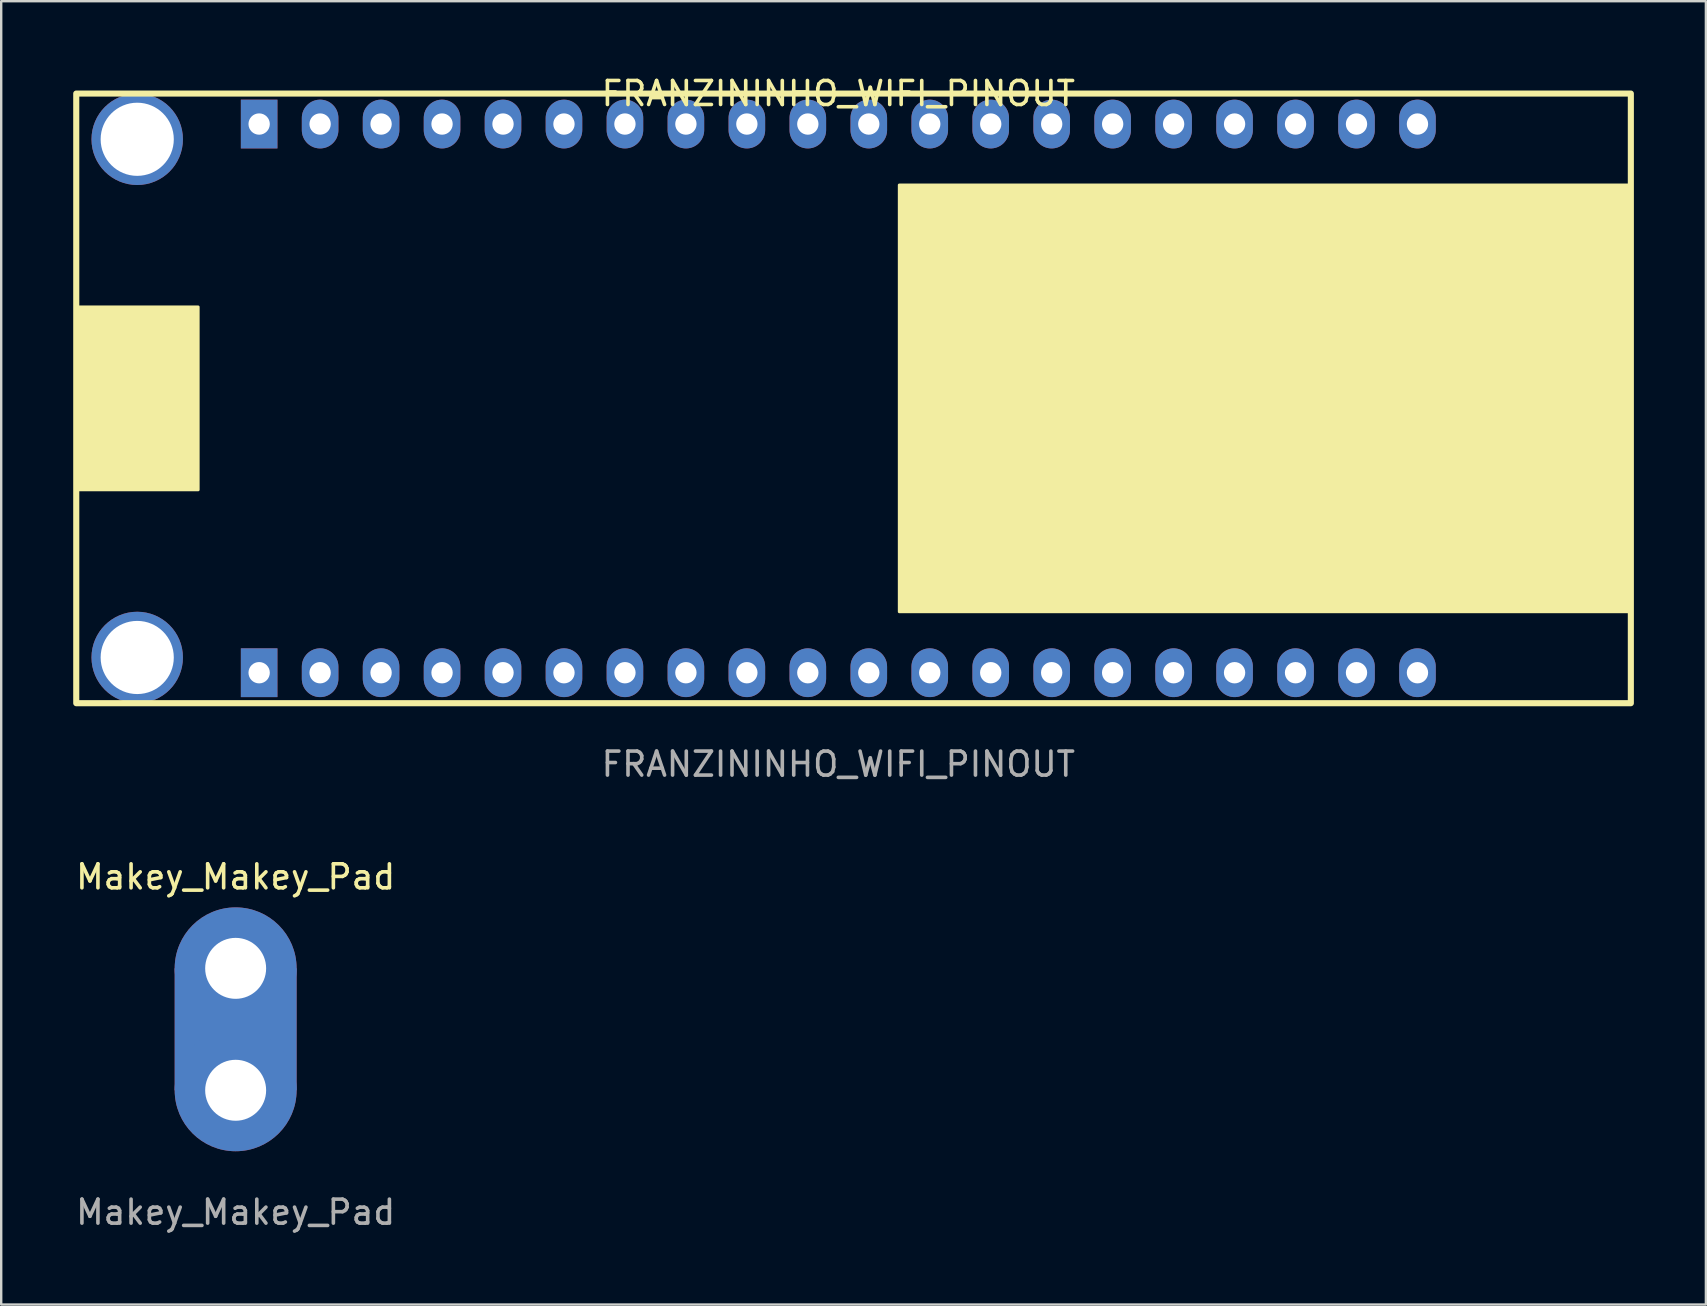
<source format=kicad_pcb>
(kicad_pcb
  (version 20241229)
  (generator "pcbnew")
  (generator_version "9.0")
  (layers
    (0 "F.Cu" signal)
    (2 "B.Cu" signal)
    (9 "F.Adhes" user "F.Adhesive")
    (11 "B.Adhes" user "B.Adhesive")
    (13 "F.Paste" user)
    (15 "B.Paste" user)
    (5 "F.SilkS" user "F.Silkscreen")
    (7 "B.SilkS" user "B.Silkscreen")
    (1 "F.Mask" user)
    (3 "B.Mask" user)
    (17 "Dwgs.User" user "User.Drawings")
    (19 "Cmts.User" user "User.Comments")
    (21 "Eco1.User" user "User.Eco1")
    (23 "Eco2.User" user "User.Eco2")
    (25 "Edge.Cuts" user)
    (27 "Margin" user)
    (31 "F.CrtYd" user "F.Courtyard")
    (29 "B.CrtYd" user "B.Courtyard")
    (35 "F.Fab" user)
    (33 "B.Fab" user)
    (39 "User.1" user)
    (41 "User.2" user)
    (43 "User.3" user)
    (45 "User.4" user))
  (footprint "FRANZININHO_WIFI_PINOUT"
    (layer "F.Cu")
    (at 31.877 13.548)
    (property "Reference" "FRANZININHO_WIFI_PINOUT" (at 0 -12.7 0) (unlocked yes) (layer "F.SilkS") (effects (font (size 1 1) (thickness 0.15))))
    (attr through_hole)
    (fp_rect (start -31.75 -12.7) (end 33.02 12.7) (stroke (width 0.254) (type solid)) (fill no) (layer "F.SilkS"))
    (fp_rect (start -31.75 -3.81) (end -26.67 3.81) (stroke (width 0.12) (type solid)) (fill yes) (layer "F.SilkS"))
    (fp_rect (start 2.54 -8.89) (end 33.02 8.89) (stroke (width 0.12) (type solid)) (fill yes) (layer "F.SilkS"))
    (fp_text user "${REFERENCE}" (at 0 15.24 0) (unlocked yes) (layer "F.Fab") (effects (font (size 1 1) (thickness 0.15))))
    (pad "" np_thru_hole circle (at -29.21 -10.795) (size 3.81 3.81) (drill 3.048) (layers "*.Cu" "*.Mask"))
    (pad "" np_thru_hole circle (at -29.21 10.795) (size 3.81 3.81) (drill 3.048) (layers "*.Cu" "*.Mask"))
    (pad "1" thru_hole oval (at 24.13 -11.43) (size 1.524 2.032) (drill 0.889) (layers "*.Cu" "*.Mask"))
    (pad "2" thru_hole oval (at 21.59 -11.43) (size 1.524 2.032) (drill 0.889) (layers "*.Cu" "*.Mask"))
    (pad "3" thru_hole oval (at 19.05 -11.43) (size 1.524 2.032) (drill 0.889) (layers "*.Cu" "*.Mask"))
    (pad "4" thru_hole oval (at 16.51 -11.43) (size 1.524 2.032) (drill 0.889) (layers "*.Cu" "*.Mask"))
    (pad "5" thru_hole oval (at 13.97 -11.43) (size 1.524 2.032) (drill 0.889) (layers "*.Cu" "*.Mask"))
    (pad "6" thru_hole oval (at 11.43 -11.43) (size 1.524 2.032) (drill 0.889) (layers "*.Cu" "*.Mask"))
    (pad "7" thru_hole oval (at 8.89 -11.43) (size 1.524 2.032) (drill 0.889) (layers "*.Cu" "*.Mask"))
    (pad "8" thru_hole oval (at 6.35 -11.43) (size 1.524 2.032) (drill 0.889) (layers "*.Cu" "*.Mask"))
    (pad "9" thru_hole oval (at 3.81 -11.43) (size 1.524 2.032) (drill 0.889) (layers "*.Cu" "*.Mask"))
    (pad "10" thru_hole oval (at 1.27 -11.43) (size 1.524 2.032) (drill 0.889) (layers "*.Cu" "*.Mask"))
    (pad "11" thru_hole oval (at -1.27 -11.43) (size 1.524 2.032) (drill 0.889) (layers "*.Cu" "*.Mask"))
    (pad "12" thru_hole oval (at -3.81 -11.43) (size 1.524 2.032) (drill 0.889) (layers "*.Cu" "*.Mask"))
    (pad "13" thru_hole oval (at -6.35 -11.43) (size 1.524 2.032) (drill 0.889) (layers "*.Cu" "*.Mask"))
    (pad "14" thru_hole oval (at -8.89 -11.43) (size 1.524 2.032) (drill 0.889) (layers "*.Cu" "*.Mask"))
    (pad "15" thru_hole oval (at -11.43 -11.43) (size 1.524 2.032) (drill 0.889) (layers "*.Cu" "*.Mask"))
    (pad "16" thru_hole oval (at -13.97 -11.43) (size 1.524 2.032) (drill 0.889) (layers "*.Cu" "*.Mask"))
    (pad "17" thru_hole oval (at -16.51 -11.43) (size 1.524 2.032) (drill 0.889) (layers "*.Cu" "*.Mask"))
    (pad "18" thru_hole oval (at -19.05 -11.43) (size 1.524 2.032) (drill 0.889) (layers "*.Cu" "*.Mask"))
    (pad "19" thru_hole oval (at -21.59 -11.43) (size 1.524 2.032) (drill 0.889) (layers "*.Cu" "*.Mask"))
    (pad "20" thru_hole rect (at -24.13 -11.43) (size 1.524 2.032) (drill 0.889) (layers "*.Cu" "*.Mask"))
    (pad "21" thru_hole rect (at -24.13 11.43) (size 1.524 2.032) (drill 0.889) (layers "*.Cu" "*.Mask"))
    (pad "22" thru_hole oval (at -21.59 11.43) (size 1.524 2.032) (drill 0.889) (layers "*.Cu" "*.Mask"))
    (pad "23" thru_hole oval (at -19.05 11.43) (size 1.524 2.032) (drill 0.889) (layers "*.Cu" "*.Mask"))
    (pad "24" thru_hole oval (at -16.51 11.43) (size 1.524 2.032) (drill 0.889) (layers "*.Cu" "*.Mask"))
    (pad "25" thru_hole oval (at -13.97 11.43) (size 1.524 2.032) (drill 0.889) (layers "*.Cu" "*.Mask"))
    (pad "26" thru_hole oval (at -11.43 11.43) (size 1.524 2.032) (drill 0.889) (layers "*.Cu" "*.Mask"))
    (pad "27" thru_hole oval (at -8.89 11.43) (size 1.524 2.032) (drill 0.889) (layers "*.Cu" "*.Mask"))
    (pad "28" thru_hole oval (at -6.35 11.43) (size 1.524 2.032) (drill 0.889) (layers "*.Cu" "*.Mask"))
    (pad "29" thru_hole oval (at -3.81 11.43) (size 1.524 2.032) (drill 0.889) (layers "*.Cu" "*.Mask"))
    (pad "30" thru_hole oval (at -1.27 11.43) (size 1.524 2.032) (drill 0.889) (layers "*.Cu" "*.Mask"))
    (pad "31" thru_hole oval (at 1.27 11.43) (size 1.524 2.032) (drill 0.889) (layers "*.Cu" "*.Mask"))
    (pad "32" thru_hole oval (at 3.81 11.43) (size 1.524 2.032) (drill 0.889) (layers "*.Cu" "*.Mask"))
    (pad "33" thru_hole oval (at 6.35 11.43) (size 1.524 2.032) (drill 0.889) (layers "*.Cu" "*.Mask"))
    (pad "34" thru_hole oval (at 8.89 11.43) (size 1.524 2.032) (drill 0.889) (layers "*.Cu" "*.Mask"))
    (pad "35" thru_hole oval (at 11.43 11.43) (size 1.524 2.032) (drill 0.889) (layers "*.Cu" "*.Mask"))
    (pad "36" thru_hole oval (at 13.97 11.43) (size 1.524 2.032) (drill 0.889) (layers "*.Cu" "*.Mask"))
    (pad "37" thru_hole oval (at 16.51 11.43) (size 1.524 2.032) (drill 0.889) (layers "*.Cu" "*.Mask"))
    (pad "38" thru_hole oval (at 19.05 11.43) (size 1.524 2.032) (drill 0.889) (layers "*.Cu" "*.Mask"))
    (pad "39" thru_hole oval (at 21.59 11.43) (size 1.524 2.032) (drill 0.889) (layers "*.Cu" "*.Mask"))
    (pad "40" thru_hole oval (at 24.13 11.43) (size 1.524 2.032) (drill 0.889) (layers "*.Cu" "*.Mask")))
  (footprint "Makey_Makey_Pad"
    (layer "F.Cu")
    (at 6.768 39.835)
    (property "Reference" "Makey_Makey_Pad" (at 0 -6.35 0) (unlocked yes) (layer "F.SilkS") (effects (font (size 1 1) (thickness 0.15))))
    (attr through_hole)
    (fp_text user "${REFERENCE}" (at 0 7.62 0) (unlocked yes) (layer "F.Fab") (effects (font (size 1 1) (thickness 0.15))))
    (pad "1" thru_hole circle (at 0 -2.54) (size 5.08 5.08) (drill 2.54) (layers "*.Cu" "*.Mask"))
    (pad "1" thru_hole rect (at 0 0) (size 5.08 5.08) (drill 0.000001) (layers "*.Cu" "*.Mask"))
    (pad "1" thru_hole circle (at 0 2.54) (size 5.08 5.08) (drill 2.54) (layers "*.Cu" "*.Mask")))
  (gr_rect
    (start -3 -3)
    (end 68.024 51.303)
    (stroke (width 0.1) (type default))
    (fill no)
    (layer "Edge.Cuts")))
</source>
